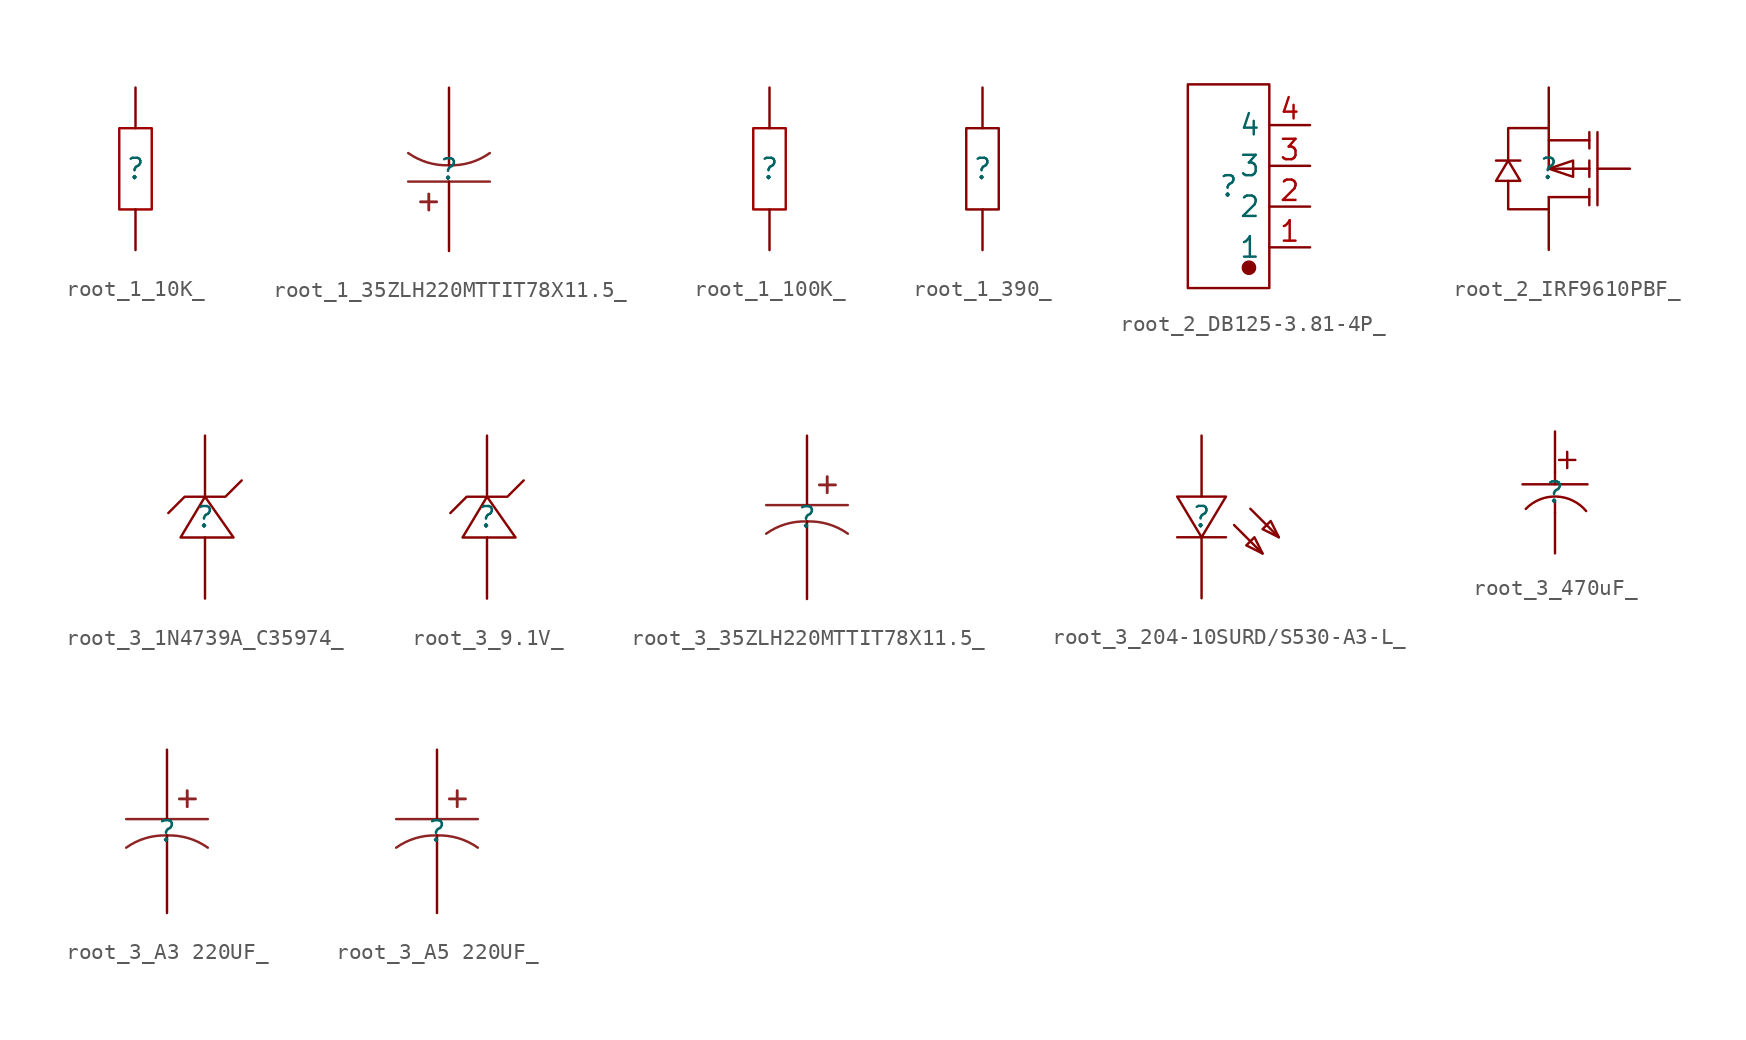
<source format=kicad_sym>
(kicad_symbol_lib
  (version 20241209)
  (generator "kicad_symbol_editor")
  (generator_version "9.0")
  (symbol "root_1_10K_"
    (pin_numbers
      (hide yes))
    (pin_names
      (hide yes))
    (property "Reference" ""
      (at 0 0 0)
      (effects (font (size 1.27 1.27))))
    (property "Value" ""
      (at 0 0 0)
      (effects (font (size 1.27 1.27))))
    (symbol "root_1_10K__1_0"
      (rectangle (start -1.016 2.54) (end 1.016 -2.54) (stroke (width 0) (type solid) (color 160 0 0 1)) (fill (type none)))
      (pin passive line (at 0 5.08 270) (length 2.54) (name "2" (effects (font (size 1.27 1.27)))) (number "2" (effects (font (size 1.27 1.27)))))
      (pin passive line (at 0 -5.08 90) (length 2.54) (name "1" (effects (font (size 1.27 1.27)))) (number "1" (effects (font (size 1.27 1.27)))))))
  (symbol "root_1_35ZLH220MTTIT78X11.5_"
    (pin_numbers
      (hide yes))
    (pin_names
      (hide yes))
    (property "Reference" ""
      (at 0 0 0)
      (effects (font (size 1.27 1.27))))
    (property "Value" ""
      (at 0 0 0)
      (effects (font (size 1.27 1.27))))
    (symbol "root_1_35ZLH220MTTIT78X11.5__1_0"
      (polyline (pts (xy -2.54 -0.762) (xy 2.54 -0.762)) (stroke (width 0) (type solid) (color 141 35 35 1)) (fill (type none)))
      (rectangle (start -1.778 -2.007) (end -0.762 -2.032) (stroke (width 0) (type solid) (color 141 35 35 1)) (fill (type outline)))
      (rectangle (start -1.27 -1.524) (end -1.245 -2.54) (stroke (width 0) (type solid) (color 141 35 35 1)) (fill (type outline)))
      (arc (start -0.0004 0.2535) (mid -1.333 0.4255) (end -2.5403 1.0155) (stroke (width 0) (type solid) (color 141 35 35 1)) (fill (type none)))
      (arc (start 2.5402 1.0161) (mid 1.3338 0.4233) (end 0.0003 0.2541) (stroke (width 0) (type solid) (color 141 35 35 1)) (fill (type none)))
      (pin passive line (at 0 5.08 270) (length 4.826) (name "2" (effects (font (size 1.27 1.27)))) (number "2" (effects (font (size 1.27 1.27)))))
      (pin passive line (at 0 -5.08 90) (length 4.318) (name "1" (effects (font (size 1.27 1.27)))) (number "1" (effects (font (size 1.27 1.27)))))))
  (symbol "root_1_100K_"
    (pin_numbers
      (hide yes))
    (pin_names
      (hide yes))
    (property "Reference" ""
      (at 0 0 0)
      (effects (font (size 1.27 1.27))))
    (property "Value" ""
      (at 0 0 0)
      (effects (font (size 1.27 1.27))))
    (symbol "root_1_100K__1_0"
      (rectangle (start -1.016 2.54) (end 1.016 -2.54) (stroke (width 0) (type solid) (color 160 0 0 1)) (fill (type none)))
      (pin passive line (at 0 5.08 270) (length 2.54) (name "2" (effects (font (size 1.27 1.27)))) (number "2" (effects (font (size 1.27 1.27)))))
      (pin passive line (at 0 -5.08 90) (length 2.54) (name "1" (effects (font (size 1.27 1.27)))) (number "1" (effects (font (size 1.27 1.27)))))))
  (symbol "root_1_390_"
    (pin_numbers
      (hide yes))
    (pin_names
      (hide yes))
    (property "Reference" ""
      (at 0 0 0)
      (effects (font (size 1.27 1.27))))
    (property "Value" ""
      (at 0 0 0)
      (effects (font (size 1.27 1.27))))
    (symbol "root_1_390__1_0"
      (rectangle (start -1.016 2.54) (end 1.016 -2.54) (stroke (width 0) (type solid) (color 136 0 0 1)) (fill (type none)))
      (pin passive line (at 0 5.08 270) (length 2.54) (name "2" (effects (font (size 1.27 1.27)))) (number "2" (effects (font (size 1.27 1.27)))))
      (pin passive line (at 0 -5.08 90) (length 2.54) (name "1" (effects (font (size 1.27 1.27)))) (number "1" (effects (font (size 1.27 1.27)))))))
  (symbol "root_2_DB125-3.81-4P_"
    (property "Reference" ""
      (at 0 0 0)
      (effects (font (size 1.27 1.27))))
    (property "Value" ""
      (at 0 0 0)
      (effects (font (size 1.27 1.27))))
    (symbol "root_2_DB125-3.81-4P__1_0"
      (rectangle (start -2.54 6.35) (end 2.54 -6.35) (stroke (width 0) (type solid) (color 136 0 0 1)) (fill (type none)))
      (circle (center 1.27 -5.08) (radius 0.381) (stroke (width 0) (type solid) (color 136 0 0 1)) (fill (type outline)))
      (pin passive line (at 5.08 3.81 180) (length 2.54) (name "4" (effects (font (size 1.27 1.27)))) (number "4" (effects (font (size 1.27 1.27)))))
      (pin passive line (at 5.08 1.27 180) (length 2.54) (name "3" (effects (font (size 1.27 1.27)))) (number "3" (effects (font (size 1.27 1.27)))))
      (pin passive line (at 5.08 -1.27 180) (length 2.54) (name "2" (effects (font (size 1.27 1.27)))) (number "2" (effects (font (size 1.27 1.27)))))
      (pin passive line (at 5.08 -3.81 180) (length 2.54) (name "1" (effects (font (size 1.27 1.27)))) (number "1" (effects (font (size 1.27 1.27)))))))
  (symbol "root_2_IRF9610PBF_"
    (pin_numbers
      (hide yes))
    (pin_names
      (hide yes))
    (property "Reference" ""
      (at 0 0 0)
      (effects (font (size 1.27 1.27))))
    (property "Value" ""
      (at 0 0 0)
      (effects (font (size 1.27 1.27))))
    (symbol "root_2_IRF9610PBF__1_0"
      (polyline (pts (xy -3.302 0.508) (xy -3.048 0.508) (xy -3.048 0.508) (xy -2.032 0.508) (xy -2.032 0.508) (xy -1.778 0.508)) (stroke (width 0) (type solid) (color 136 0 0 1)) (fill (type none)))
      (polyline (pts (xy -2.54 0.508) (xy -1.778 -0.762) (xy -1.778 -0.762) (xy -3.302 -0.762) (xy -3.302 -0.762) (xy -2.54 0.508)) (stroke (width 0) (type solid) (color 136 0 0 1)) (fill (type none)))
      (polyline (pts (xy 0 0) (xy 1.524 0.508) (xy 1.524 0.508) (xy 1.524 -0.508) (xy 1.524 -0.508) (xy 0 0)) (stroke (width 0) (type solid) (color 136 0 0 1)) (fill (type none)))
      (polyline (pts (xy 0 -1.778) (xy 2.54 -1.778)) (stroke (width 0) (type solid) (color 136 0 0 1)) (fill (type none)))
      (polyline (pts (xy 0 -1.778) (xy 0 -1.778) (xy 0 -1.778) (xy 0 -2.54) (xy 0 -2.54) (xy -2.54 -2.54) (xy -2.54 -2.54) (xy -2.54 -0.762)) (stroke (width 0) (type solid) (color 136 0 0 1)) (fill (type none)))
      (polyline (pts (xy 2.54 2.286) (xy 2.54 1.27)) (stroke (width 0) (type solid) (color 136 0 0 1)) (fill (type none)))
      (polyline (pts (xy 2.54 1.778) (xy 0 1.778) (xy 0 1.778) (xy 0 2.54) (xy 0 2.54) (xy -2.54 2.54) (xy -2.54 2.54) (xy -2.54 0.508)) (stroke (width 0) (type solid) (color 136 0 0 1)) (fill (type none)))
      (polyline (pts (xy 2.54 0) (xy 0 0) (xy 0 0) (xy 0 1.778)) (stroke (width 0) (type solid) (color 136 0 0 1)) (fill (type none)))
      (polyline (pts (xy 2.54 -0.508) (xy 2.54 0.508)) (stroke (width 0) (type solid) (color 136 0 0 1)) (fill (type none)))
      (polyline (pts (xy 2.54 -2.286) (xy 2.54 -1.27)) (stroke (width 0) (type solid) (color 136 0 0 1)) (fill (type none)))
      (polyline (pts (xy 3.048 2.286) (xy 3.048 -2.286)) (stroke (width 0) (type solid) (color 136 0 0 1)) (fill (type none)))
      (pin passive line (at 0 5.08 270) (length 2.54) (name "S" (effects (font (size 1.27 1.27)))) (number "3" (effects (font (size 1.27 1.27)))))
      (pin passive line (at 0 -5.08 90) (length 2.54) (name "D" (effects (font (size 1.27 1.27)))) (number "2" (effects (font (size 1.27 1.27)))))
      (pin passive line (at 5.08 0 180) (length 2.032) (name "G" (effects (font (size 1.27 1.27)))) (number "1" (effects (font (size 1.27 1.27)))))))
  (symbol "root_3_1N4739A_C35974_"
    (pin_numbers
      (hide yes))
    (pin_names
      (hide yes))
    (property "Reference" ""
      (at 0 0 0)
      (effects (font (size 1.27 1.27))))
    (property "Value" ""
      (at 0 0 0)
      (effects (font (size 1.27 1.27))))
    (symbol "root_3_1N4739A_C35974__1_0"
      (polyline (pts (xy -1.524 -1.27) (xy 0 1.27) (xy 0 1.27) (xy 1.778 -1.27) (xy 1.778 -1.27) (xy -1.524 -1.27)) (stroke (width 0) (type solid) (color 136 0 0 1)) (fill (type none)))
      (polyline (pts (xy 2.286 2.286) (xy 1.27 1.27) (xy 1.27 1.27) (xy -1.27 1.27) (xy -1.27 1.27) (xy -2.286 0.254)) (stroke (width 0) (type solid) (color 136 0 0 1)) (fill (type none)))
      (pin passive line (at 0 5.08 270) (length 3.81) (name "C" (effects (font (size 1.27 1.27)))) (number "1" (effects (font (size 1.27 1.27)))))
      (pin passive line (at 0 -5.08 90) (length 3.81) (name "A" (effects (font (size 1.27 1.27)))) (number "2" (effects (font (size 1.27 1.27)))))))
  (symbol "root_3_9.1V_"
    (pin_numbers
      (hide yes))
    (pin_names
      (hide yes))
    (property "Reference" ""
      (at 0 0 0)
      (effects (font (size 1.27 1.27))))
    (property "Value" ""
      (at 0 0 0)
      (effects (font (size 1.27 1.27))))
    (symbol "root_3_9.1V__1_0"
      (polyline (pts (xy -1.524 -1.27) (xy 0 1.27) (xy 0 1.27) (xy 1.778 -1.27) (xy 1.778 -1.27) (xy -1.524 -1.27)) (stroke (width 0) (type solid) (color 136 0 0 1)) (fill (type none)))
      (polyline (pts (xy 2.286 2.286) (xy 1.27 1.27) (xy 1.27 1.27) (xy -1.27 1.27) (xy -1.27 1.27) (xy -2.286 0.254)) (stroke (width 0) (type solid) (color 136 0 0 1)) (fill (type none)))
      (pin passive line (at 0 5.08 270) (length 3.81) (name "C" (effects (font (size 1.27 1.27)))) (number "1" (effects (font (size 1.27 1.27)))))
      (pin passive line (at 0 -5.08 90) (length 3.81) (name "A" (effects (font (size 1.27 1.27)))) (number "2" (effects (font (size 1.27 1.27)))))))
  (symbol "root_3_35ZLH220MTTIT78X11.5_"
    (pin_numbers
      (hide yes))
    (pin_names
      (hide yes))
    (property "Reference" ""
      (at 0 0 0)
      (effects (font (size 1.27 1.27))))
    (property "Value" ""
      (at 0 0 0)
      (effects (font (size 1.27 1.27))))
    (symbol "root_3_35ZLH220MTTIT78X11.5__1_0"
      (arc (start -2.5402 -1.0171) (mid -1.3338 -0.4243) (end -0.0003 -0.2551) (stroke (width 0) (type solid) (color 141 35 35 1)) (fill (type none)))
      (arc (start 0.0004 -0.2545) (mid 1.333 -0.4265) (end 2.5403 -1.0165) (stroke (width 0) (type solid) (color 141 35 35 1)) (fill (type none)))
      (rectangle (start 0.762 2.032) (end 1.778 2.006) (stroke (width 0) (type solid) (color 141 35 35 1)) (fill (type outline)))
      (rectangle (start 1.245 2.54) (end 1.27 1.524) (stroke (width 0) (type solid) (color 141 35 35 1)) (fill (type outline)))
      (polyline (pts (xy 2.54 0.762) (xy -2.54 0.762)) (stroke (width 0) (type solid) (color 141 35 35 1)) (fill (type none)))
      (pin passive line (at 0 5.08 270) (length 4.318) (name "1" (effects (font (size 1.27 1.27)))) (number "1" (effects (font (size 1.27 1.27)))))
      (pin passive line (at 0 -5.08 90) (length 4.826) (name "2" (effects (font (size 1.27 1.27)))) (number "2" (effects (font (size 1.27 1.27)))))))
  (symbol "root_3_204-10SURD/S530-A3-L_"
    (pin_numbers
      (hide yes))
    (pin_names
      (hide yes))
    (property "Reference" ""
      (at 0 0 0)
      (effects (font (size 1.27 1.27))))
    (property "Value" ""
      (at 0 0 0)
      (effects (font (size 1.27 1.27))))
    (symbol "root_3_204-10SURD/S530-A3-L__1_0"
      (polyline (pts (xy -1.524 1.27) (xy 0 -1.27) (xy 0 -1.27) (xy 1.524 1.27) (xy 1.524 1.27) (xy -1.524 1.27)) (stroke (width 0) (type solid) (color 136 0 0 1)) (fill (type none)))
      (polyline (pts (xy 1.524 -1.27) (xy -1.524 -1.27)) (stroke (width 0) (type solid) (color 136 0 0 1)) (fill (type none)))
      (polyline (pts (xy 2.032 -0.508) (xy 3.81 -2.286)) (stroke (width 0) (type solid) (color 136 0 0 1)) (fill (type none)))
      (polyline (pts (xy 3.048 0.508) (xy 4.826 -1.27)) (stroke (width 0) (type solid) (color 136 0 0 1)) (fill (type none)))
      (polyline (pts (xy 3.81 -2.286) (xy 3.302 -1.27) (xy 3.302 -1.27) (xy 2.794 -1.778) (xy 2.794 -1.778) (xy 3.81 -2.286)) (stroke (width 0) (type solid) (color 136 0 0 1)) (fill (type none)))
      (polyline (pts (xy 4.826 -1.27) (xy 4.318 -0.254) (xy 4.318 -0.254) (xy 3.81 -0.762) (xy 3.81 -0.762) (xy 4.826 -1.27)) (stroke (width 0) (type solid) (color 136 0 0 1)) (fill (type none)))
      (pin passive line (at 0 5.08 270) (length 3.81) (name "A" (effects (font (size 1.27 1.27)))) (number "1" (effects (font (size 1.27 1.27)))))
      (pin passive line (at 0 -5.08 90) (length 3.81) (name "K" (effects (font (size 1.27 1.27)))) (number "2" (effects (font (size 1.27 1.27)))))))
  (symbol "root_3_470uF_"
    (pin_numbers
      (hide yes))
    (pin_names
      (hide yes))
    (property "Reference" ""
      (at 0 0 0)
      (effects (font (size 1.27 1.27))))
    (property "Value" ""
      (at 0 0 0)
      (effects (font (size 1.27 1.27))))
    (symbol "root_3_470uF__1_0"
      (polyline (pts (xy 0 1.27) (xy 0 0.508)) (stroke (width 0) (type solid) (color 136 0 0 1)) (fill (type none)))
      (polyline (pts (xy 0 -0.508) (xy 0 -1.27)) (stroke (width 0) (type solid) (color 136 0 0 1)) (fill (type none)))
      (arc (start -1.8269 -1.0294) (mid 0.0901 -0.2556) (end 1.9475 -1.1634) (stroke (width 0) (type solid) (color 136 0 0 1)) (fill (type none)))
      (polyline (pts (xy 0.762 2.54) (xy 0.762 1.524)) (stroke (width 0) (type solid) (color 136 0 0 1)) (fill (type none)))
      (polyline (pts (xy 1.27 2.032) (xy 0.254 2.032)) (stroke (width 0) (type solid) (color 136 0 0 1)) (fill (type none)))
      (polyline (pts (xy 2.032 0.508) (xy -2.032 0.508)) (stroke (width 0) (type solid) (color 136 0 0 1)) (fill (type none)))
      (pin passive line (at 0 3.81 270) (length 2.54) (name "1" (effects (font (size 1.27 1.27)))) (number "1" (effects (font (size 1.27 1.27)))))
      (pin passive line (at 0 -3.81 90) (length 2.54) (name "2" (effects (font (size 1.27 1.27)))) (number "2" (effects (font (size 1.27 1.27)))))))
  (symbol "root_3_A3 220UF_"
    (pin_numbers
      (hide yes))
    (pin_names
      (hide yes))
    (property "Reference" ""
      (at 0 0 0)
      (effects (font (size 1.27 1.27))))
    (property "Value" ""
      (at 0 0 0)
      (effects (font (size 1.27 1.27))))
    (symbol "root_3_A3 220UF__1_0"
      (arc (start -2.5402 -1.0171) (mid -1.3338 -0.4243) (end -0.0003 -0.2551) (stroke (width 0) (type solid) (color 141 35 35 1)) (fill (type none)))
      (arc (start 0.0004 -0.2545) (mid 1.333 -0.4265) (end 2.5403 -1.0165) (stroke (width 0) (type solid) (color 141 35 35 1)) (fill (type none)))
      (rectangle (start 0.762 2.032) (end 1.778 2.006) (stroke (width 0) (type solid) (color 141 35 35 1)) (fill (type outline)))
      (rectangle (start 1.245 2.54) (end 1.27 1.524) (stroke (width 0) (type solid) (color 141 35 35 1)) (fill (type outline)))
      (polyline (pts (xy 2.54 0.762) (xy -2.54 0.762)) (stroke (width 0) (type solid) (color 141 35 35 1)) (fill (type none)))
      (pin passive line (at 0 5.08 270) (length 4.318) (name "1" (effects (font (size 1.27 1.27)))) (number "1" (effects (font (size 1.27 1.27)))))
      (pin passive line (at 0 -5.08 90) (length 4.826) (name "2" (effects (font (size 1.27 1.27)))) (number "2" (effects (font (size 1.27 1.27)))))))
  (symbol "root_3_A5 220UF_"
    (pin_numbers
      (hide yes))
    (pin_names
      (hide yes))
    (property "Reference" ""
      (at 0 0 0)
      (effects (font (size 1.27 1.27))))
    (property "Value" ""
      (at 0 0 0)
      (effects (font (size 1.27 1.27))))
    (symbol "root_3_A5 220UF__1_0"
      (arc (start -2.5402 -1.0171) (mid -1.3338 -0.4243) (end -0.0003 -0.2551) (stroke (width 0) (type solid) (color 141 35 35 1)) (fill (type none)))
      (arc (start 0.0004 -0.2545) (mid 1.333 -0.4265) (end 2.5403 -1.0165) (stroke (width 0) (type solid) (color 141 35 35 1)) (fill (type none)))
      (rectangle (start 0.762 2.032) (end 1.778 2.006) (stroke (width 0) (type solid) (color 141 35 35 1)) (fill (type outline)))
      (rectangle (start 1.245 2.54) (end 1.27 1.524) (stroke (width 0) (type solid) (color 141 35 35 1)) (fill (type outline)))
      (polyline (pts (xy 2.54 0.762) (xy -2.54 0.762)) (stroke (width 0) (type solid) (color 141 35 35 1)) (fill (type none)))
      (pin passive line (at 0 5.08 270) (length 4.318) (name "1" (effects (font (size 1.27 1.27)))) (number "1" (effects (font (size 1.27 1.27)))))
      (pin passive line (at 0 -5.08 90) (length 4.826) (name "2" (effects (font (size 1.27 1.27)))) (number "2" (effects (font (size 1.27 1.27))))))))
</source>
